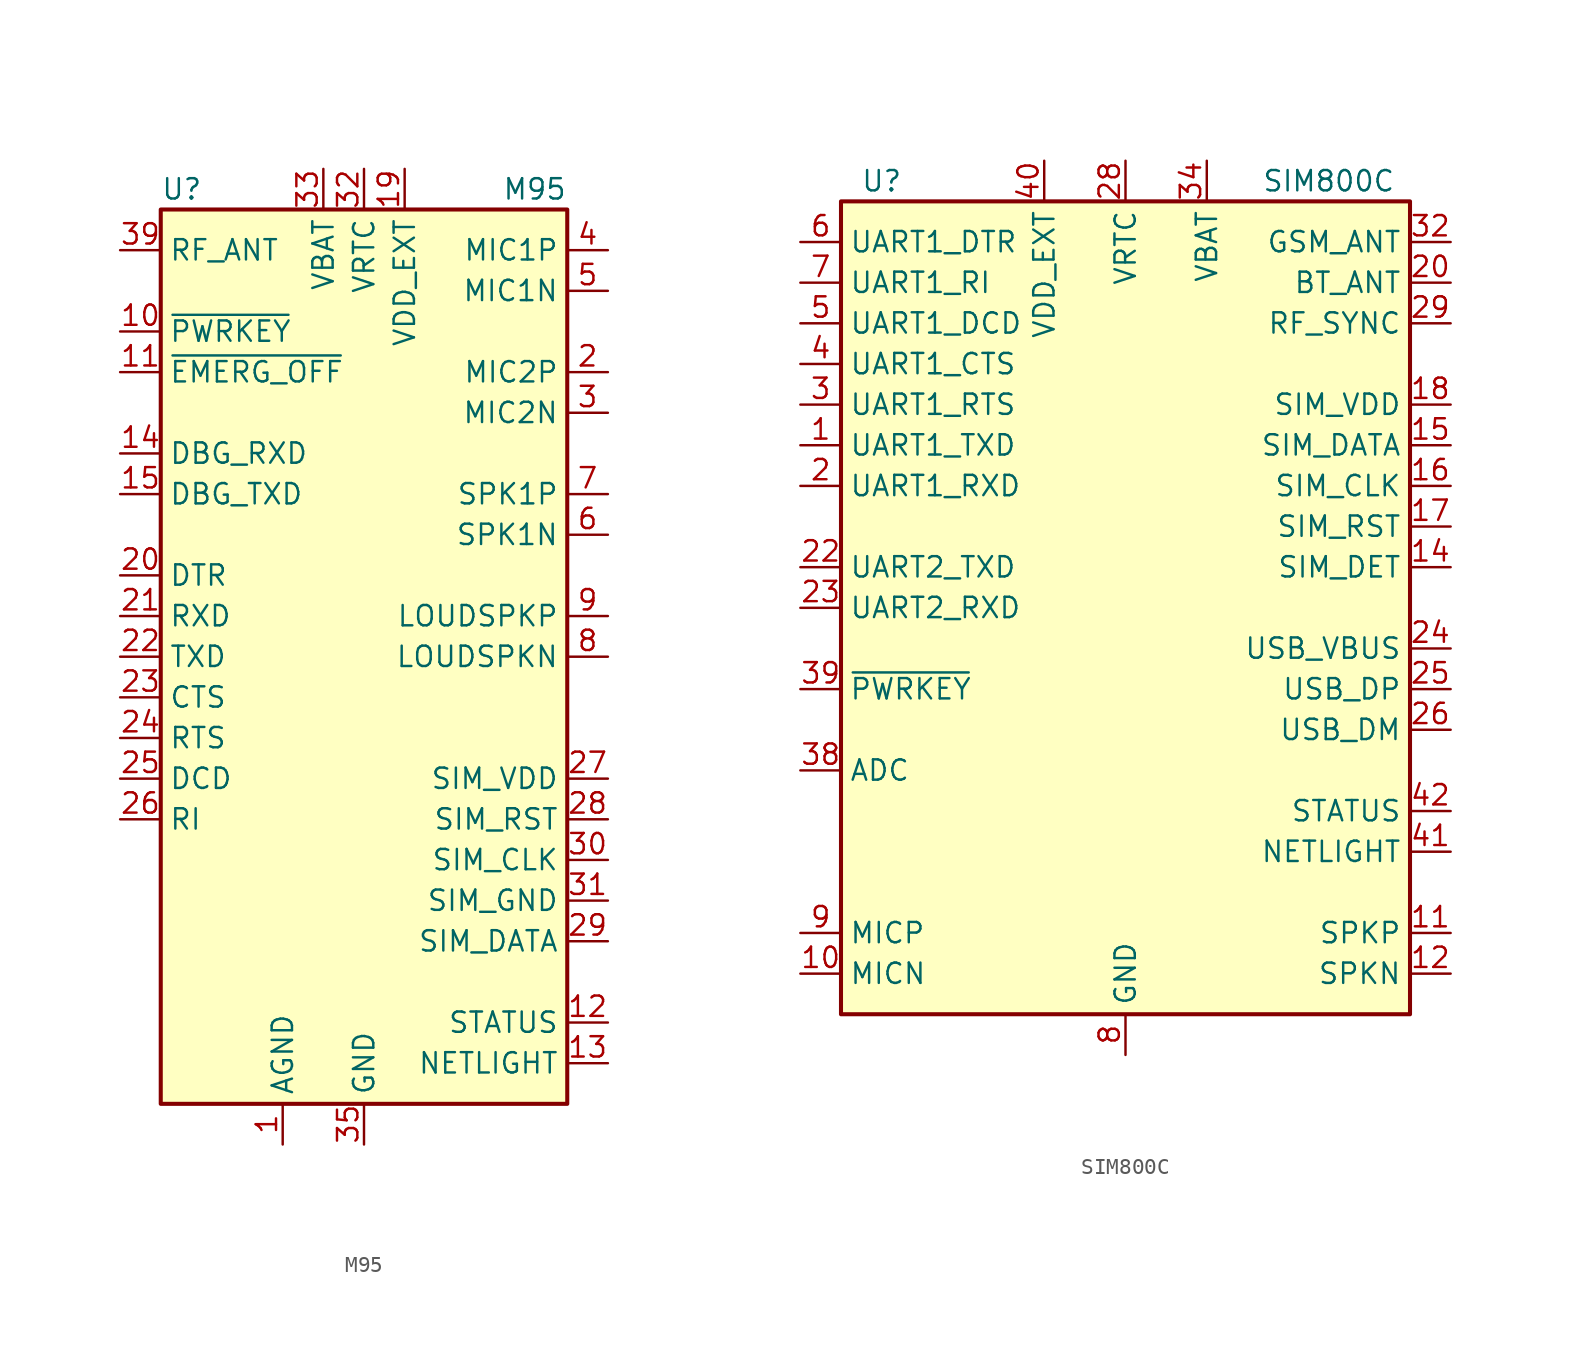
<source format=kicad_sym>
(kicad_symbol_lib
  (version 20220914)
  (generator kicad_symbol_editor)
  (symbol "M95"
    (property "Reference" "U"
      (at -12.7 29.21 0)
      (effects (font (size 1.27 1.27)) (justify left)))
    (property "Value" "M95"
      (at 12.7 29.21 0)
      (effects (font (size 1.27 1.27)) (justify right)))
    (symbol "M95_0_1"
      (rectangle (start -12.7 27.94) (end 12.7 -27.94) (stroke (width 0.254) (type default)) (fill (type background))))
    (symbol "M95_1_1"
      (pin power_in line (at -5.08 -30.48 90) (length 2.54) (name "AGND" (effects (font (size 1.27 1.27)))) (number "1" (effects (font (size 1.27 1.27)))))
      (pin input line (at -15.24 20.32 0) (length 2.54) (name "~{PWRKEY}" (effects (font (size 1.27 1.27)))) (number "10" (effects (font (size 1.27 1.27)))))
      (pin input line (at -15.24 17.78 0) (length 2.54) (name "~{EMERG_OFF}" (effects (font (size 1.27 1.27)))) (number "11" (effects (font (size 1.27 1.27)))))
      (pin output line (at 15.24 -22.86 180) (length 2.54) (name "STATUS" (effects (font (size 1.27 1.27)))) (number "12" (effects (font (size 1.27 1.27)))))
      (pin output line (at 15.24 -25.4 180) (length 2.54) (name "NETLIGHT" (effects (font (size 1.27 1.27)))) (number "13" (effects (font (size 1.27 1.27)))))
      (pin input line (at -15.24 12.7 0) (length 2.54) (name "DBG_RXD" (effects (font (size 1.27 1.27)))) (number "14" (effects (font (size 1.27 1.27)))))
      (pin output line (at -15.24 10.16 0) (length 2.54) (name "DBG_TXD" (effects (font (size 1.27 1.27)))) (number "15" (effects (font (size 1.27 1.27)))))
      (pin no_connect line (at -12.7 -12.7 0) (length 2.54) hide (name "RESERVED" (effects (font (size 1.27 1.27)))) (number "16" (effects (font (size 1.27 1.27)))))
      (pin no_connect line (at -12.7 -15.24 0) (length 2.54) hide (name "RESERVED" (effects (font (size 1.27 1.27)))) (number "17" (effects (font (size 1.27 1.27)))))
      (pin no_connect line (at -12.7 -17.78 0) (length 2.54) hide (name "RESERVED" (effects (font (size 1.27 1.27)))) (number "18" (effects (font (size 1.27 1.27)))))
      (pin power_out line (at 2.54 30.48 270) (length 2.54) (name "VDD_EXT" (effects (font (size 1.27 1.27)))) (number "19" (effects (font (size 1.27 1.27)))))
      (pin input line (at 15.24 17.78 180) (length 2.54) (name "MIC2P" (effects (font (size 1.27 1.27)))) (number "2" (effects (font (size 1.27 1.27)))))
      (pin input line (at -15.24 5.08 0) (length 2.54) (name "DTR" (effects (font (size 1.27 1.27)))) (number "20" (effects (font (size 1.27 1.27)))))
      (pin input line (at -15.24 2.54 0) (length 2.54) (name "RXD" (effects (font (size 1.27 1.27)))) (number "21" (effects (font (size 1.27 1.27)))))
      (pin output line (at -15.24 0 0) (length 2.54) (name "TXD" (effects (font (size 1.27 1.27)))) (number "22" (effects (font (size 1.27 1.27)))))
      (pin output line (at -15.24 -2.54 0) (length 2.54) (name "CTS" (effects (font (size 1.27 1.27)))) (number "23" (effects (font (size 1.27 1.27)))))
      (pin input line (at -15.24 -5.08 0) (length 2.54) (name "RTS" (effects (font (size 1.27 1.27)))) (number "24" (effects (font (size 1.27 1.27)))))
      (pin output line (at -15.24 -7.62 0) (length 2.54) (name "DCD" (effects (font (size 1.27 1.27)))) (number "25" (effects (font (size 1.27 1.27)))))
      (pin output line (at -15.24 -10.16 0) (length 2.54) (name "RI" (effects (font (size 1.27 1.27)))) (number "26" (effects (font (size 1.27 1.27)))))
      (pin power_out line (at 15.24 -7.62 180) (length 2.54) (name "SIM_VDD" (effects (font (size 1.27 1.27)))) (number "27" (effects (font (size 1.27 1.27)))))
      (pin output line (at 15.24 -10.16 180) (length 2.54) (name "SIM_RST" (effects (font (size 1.27 1.27)))) (number "28" (effects (font (size 1.27 1.27)))))
      (pin bidirectional line (at 15.24 -17.78 180) (length 2.54) (name "SIM_DATA" (effects (font (size 1.27 1.27)))) (number "29" (effects (font (size 1.27 1.27)))))
      (pin input line (at 15.24 15.24 180) (length 2.54) (name "MIC2N" (effects (font (size 1.27 1.27)))) (number "3" (effects (font (size 1.27 1.27)))))
      (pin output line (at 15.24 -12.7 180) (length 2.54) (name "SIM_CLK" (effects (font (size 1.27 1.27)))) (number "30" (effects (font (size 1.27 1.27)))))
      (pin power_out line (at 15.24 -15.24 180) (length 2.54) (name "SIM_GND" (effects (font (size 1.27 1.27)))) (number "31" (effects (font (size 1.27 1.27)))))
      (pin power_in line (at 0 30.48 270) (length 2.54) (name "VRTC" (effects (font (size 1.27 1.27)))) (number "32" (effects (font (size 1.27 1.27)))))
      (pin power_in line (at -2.54 30.48 270) (length 2.54) (name "VBAT" (effects (font (size 1.27 1.27)))) (number "33" (effects (font (size 1.27 1.27)))))
      (pin passive line (at -2.54 30.48 270) (length 2.54) hide (name "VBAT" (effects (font (size 1.27 1.27)))) (number "34" (effects (font (size 1.27 1.27)))))
      (pin power_in line (at 0 -30.48 90) (length 2.54) (name "GND" (effects (font (size 1.27 1.27)))) (number "35" (effects (font (size 1.27 1.27)))))
      (pin passive line (at 0 -30.48 90) (length 2.54) hide (name "GND" (effects (font (size 1.27 1.27)))) (number "36" (effects (font (size 1.27 1.27)))))
      (pin passive line (at 0 -30.48 90) (length 2.54) hide (name "GND" (effects (font (size 1.27 1.27)))) (number "37" (effects (font (size 1.27 1.27)))))
      (pin passive line (at 0 -30.48 90) (length 2.54) hide (name "GND" (effects (font (size 1.27 1.27)))) (number "38" (effects (font (size 1.27 1.27)))))
      (pin passive line (at -15.24 25.4 0) (length 2.54) (name "RF_ANT" (effects (font (size 1.27 1.27)))) (number "39" (effects (font (size 1.27 1.27)))))
      (pin input line (at 15.24 25.4 180) (length 2.54) (name "MIC1P" (effects (font (size 1.27 1.27)))) (number "4" (effects (font (size 1.27 1.27)))))
      (pin passive line (at 0 -30.48 90) (length 2.54) hide (name "GND" (effects (font (size 1.27 1.27)))) (number "40" (effects (font (size 1.27 1.27)))))
      (pin no_connect line (at -12.7 -20.32 0) (length 2.54) hide (name "RESERVED" (effects (font (size 1.27 1.27)))) (number "41" (effects (font (size 1.27 1.27)))))
      (pin no_connect line (at -12.7 -22.86 0) (length 2.54) hide (name "RESERVED" (effects (font (size 1.27 1.27)))) (number "42" (effects (font (size 1.27 1.27)))))
      (pin input line (at 15.24 22.86 180) (length 2.54) (name "MIC1N" (effects (font (size 1.27 1.27)))) (number "5" (effects (font (size 1.27 1.27)))))
      (pin output line (at 15.24 7.62 180) (length 2.54) (name "SPK1N" (effects (font (size 1.27 1.27)))) (number "6" (effects (font (size 1.27 1.27)))))
      (pin output line (at 15.24 10.16 180) (length 2.54) (name "SPK1P" (effects (font (size 1.27 1.27)))) (number "7" (effects (font (size 1.27 1.27)))))
      (pin output line (at 15.24 0 180) (length 2.54) (name "LOUDSPKN" (effects (font (size 1.27 1.27)))) (number "8" (effects (font (size 1.27 1.27)))))
      (pin output line (at 15.24 2.54 180) (length 2.54) (name "LOUDSPKP" (effects (font (size 1.27 1.27)))) (number "9" (effects (font (size 1.27 1.27)))))))
  (symbol "SIM800C"
    (property "Reference" "U"
      (at -15.24 26.67 0)
      (effects (font (size 1.27 1.27))))
    (property "Value" "SIM800C"
      (at 12.7 26.67 0)
      (effects (font (size 1.27 1.27))))
    (symbol "SIM800C_0_1"
      (rectangle (start -17.78 25.4) (end 17.78 -25.4) (stroke (width 0.254) (type default)) (fill (type background))))
    (symbol "SIM800C_1_1"
      (pin output line (at -20.32 10.16 0) (length 2.54) (name "UART1_TXD" (effects (font (size 1.27 1.27)))) (number "1" (effects (font (size 1.27 1.27)))))
      (pin input line (at -20.32 -22.86 0) (length 2.54) (name "MICN" (effects (font (size 1.27 1.27)))) (number "10" (effects (font (size 1.27 1.27)))))
      (pin output line (at 20.32 -20.32 180) (length 2.54) (name "SPKP" (effects (font (size 1.27 1.27)))) (number "11" (effects (font (size 1.27 1.27)))))
      (pin output line (at 20.32 -22.86 180) (length 2.54) (name "SPKN" (effects (font (size 1.27 1.27)))) (number "12" (effects (font (size 1.27 1.27)))))
      (pin passive line (at 0 -27.94 90) (length 2.54) hide (name "GND" (effects (font (size 1.27 1.27)))) (number "13" (effects (font (size 1.27 1.27)))))
      (pin input line (at 20.32 2.54 180) (length 2.54) (name "SIM_DET" (effects (font (size 1.27 1.27)))) (number "14" (effects (font (size 1.27 1.27)))))
      (pin bidirectional line (at 20.32 10.16 180) (length 2.54) (name "SIM_DATA" (effects (font (size 1.27 1.27)))) (number "15" (effects (font (size 1.27 1.27)))))
      (pin output line (at 20.32 7.62 180) (length 2.54) (name "SIM_CLK" (effects (font (size 1.27 1.27)))) (number "16" (effects (font (size 1.27 1.27)))))
      (pin output line (at 20.32 5.08 180) (length 2.54) (name "SIM_RST" (effects (font (size 1.27 1.27)))) (number "17" (effects (font (size 1.27 1.27)))))
      (pin power_out line (at 20.32 12.7 180) (length 2.54) (name "SIM_VDD" (effects (font (size 1.27 1.27)))) (number "18" (effects (font (size 1.27 1.27)))))
      (pin passive line (at 0 -27.94 90) (length 2.54) hide (name "GND" (effects (font (size 1.27 1.27)))) (number "19" (effects (font (size 1.27 1.27)))))
      (pin input line (at -20.32 7.62 0) (length 2.54) (name "UART1_RXD" (effects (font (size 1.27 1.27)))) (number "2" (effects (font (size 1.27 1.27)))))
      (pin passive line (at 20.32 20.32 180) (length 2.54) (name "BT_ANT" (effects (font (size 1.27 1.27)))) (number "20" (effects (font (size 1.27 1.27)))))
      (pin passive line (at 0 -27.94 90) (length 2.54) hide (name "GND" (effects (font (size 1.27 1.27)))) (number "21" (effects (font (size 1.27 1.27)))))
      (pin output line (at -20.32 2.54 0) (length 2.54) (name "UART2_TXD" (effects (font (size 1.27 1.27)))) (number "22" (effects (font (size 1.27 1.27)))))
      (pin input line (at -20.32 0 0) (length 2.54) (name "UART2_RXD" (effects (font (size 1.27 1.27)))) (number "23" (effects (font (size 1.27 1.27)))))
      (pin input line (at 20.32 -2.54 180) (length 2.54) (name "USB_VBUS" (effects (font (size 1.27 1.27)))) (number "24" (effects (font (size 1.27 1.27)))))
      (pin bidirectional line (at 20.32 -5.08 180) (length 2.54) (name "USB_DP" (effects (font (size 1.27 1.27)))) (number "25" (effects (font (size 1.27 1.27)))))
      (pin bidirectional line (at 20.32 -7.62 180) (length 2.54) (name "USB_DM" (effects (font (size 1.27 1.27)))) (number "26" (effects (font (size 1.27 1.27)))))
      (pin passive line (at 0 -27.94 90) (length 2.54) hide (name "GND" (effects (font (size 1.27 1.27)))) (number "27" (effects (font (size 1.27 1.27)))))
      (pin power_in line (at 0 27.94 270) (length 2.54) (name "VRTC" (effects (font (size 1.27 1.27)))) (number "28" (effects (font (size 1.27 1.27)))))
      (pin output line (at 20.32 17.78 180) (length 2.54) (name "RF_SYNC" (effects (font (size 1.27 1.27)))) (number "29" (effects (font (size 1.27 1.27)))))
      (pin input line (at -20.32 12.7 0) (length 2.54) (name "UART1_RTS" (effects (font (size 1.27 1.27)))) (number "3" (effects (font (size 1.27 1.27)))))
      (pin passive line (at 0 -27.94 90) (length 2.54) hide (name "GND" (effects (font (size 1.27 1.27)))) (number "30" (effects (font (size 1.27 1.27)))))
      (pin passive line (at 0 -27.94 90) (length 2.54) hide (name "GND" (effects (font (size 1.27 1.27)))) (number "31" (effects (font (size 1.27 1.27)))))
      (pin passive line (at 20.32 22.86 180) (length 2.54) (name "GSM_ANT" (effects (font (size 1.27 1.27)))) (number "32" (effects (font (size 1.27 1.27)))))
      (pin passive line (at 0 -27.94 90) (length 2.54) hide (name "GND" (effects (font (size 1.27 1.27)))) (number "33" (effects (font (size 1.27 1.27)))))
      (pin power_in line (at 5.08 27.94 270) (length 2.54) (name "VBAT" (effects (font (size 1.27 1.27)))) (number "34" (effects (font (size 1.27 1.27)))))
      (pin passive line (at 5.08 27.94 270) (length 2.54) hide (name "VBAT" (effects (font (size 1.27 1.27)))) (number "35" (effects (font (size 1.27 1.27)))))
      (pin passive line (at 0 -27.94 90) (length 2.54) hide (name "GND" (effects (font (size 1.27 1.27)))) (number "36" (effects (font (size 1.27 1.27)))))
      (pin passive line (at 0 -27.94 90) (length 2.54) hide (name "GND" (effects (font (size 1.27 1.27)))) (number "37" (effects (font (size 1.27 1.27)))))
      (pin input line (at -20.32 -10.16 0) (length 2.54) (name "ADC" (effects (font (size 1.27 1.27)))) (number "38" (effects (font (size 1.27 1.27)))))
      (pin input line (at -20.32 -5.08 0) (length 2.54) (name "~{PWRKEY}" (effects (font (size 1.27 1.27)))) (number "39" (effects (font (size 1.27 1.27)))))
      (pin output line (at -20.32 15.24 0) (length 2.54) (name "UART1_CTS" (effects (font (size 1.27 1.27)))) (number "4" (effects (font (size 1.27 1.27)))))
      (pin power_out line (at -5.08 27.94 270) (length 2.54) (name "VDD_EXT" (effects (font (size 1.27 1.27)))) (number "40" (effects (font (size 1.27 1.27)))))
      (pin output line (at 20.32 -15.24 180) (length 2.54) (name "NETLIGHT" (effects (font (size 1.27 1.27)))) (number "41" (effects (font (size 1.27 1.27)))))
      (pin output line (at 20.32 -12.7 180) (length 2.54) (name "STATUS" (effects (font (size 1.27 1.27)))) (number "42" (effects (font (size 1.27 1.27)))))
      (pin output line (at -20.32 17.78 0) (length 2.54) (name "UART1_DCD" (effects (font (size 1.27 1.27)))) (number "5" (effects (font (size 1.27 1.27)))))
      (pin input line (at -20.32 22.86 0) (length 2.54) (name "UART1_DTR" (effects (font (size 1.27 1.27)))) (number "6" (effects (font (size 1.27 1.27)))))
      (pin output line (at -20.32 20.32 0) (length 2.54) (name "UART1_RI" (effects (font (size 1.27 1.27)))) (number "7" (effects (font (size 1.27 1.27)))))
      (pin power_in line (at 0 -27.94 90) (length 2.54) (name "GND" (effects (font (size 1.27 1.27)))) (number "8" (effects (font (size 1.27 1.27)))))
      (pin input line (at -20.32 -20.32 0) (length 2.54) (name "MICP" (effects (font (size 1.27 1.27)))) (number "9" (effects (font (size 1.27 1.27))))))))
</source>
